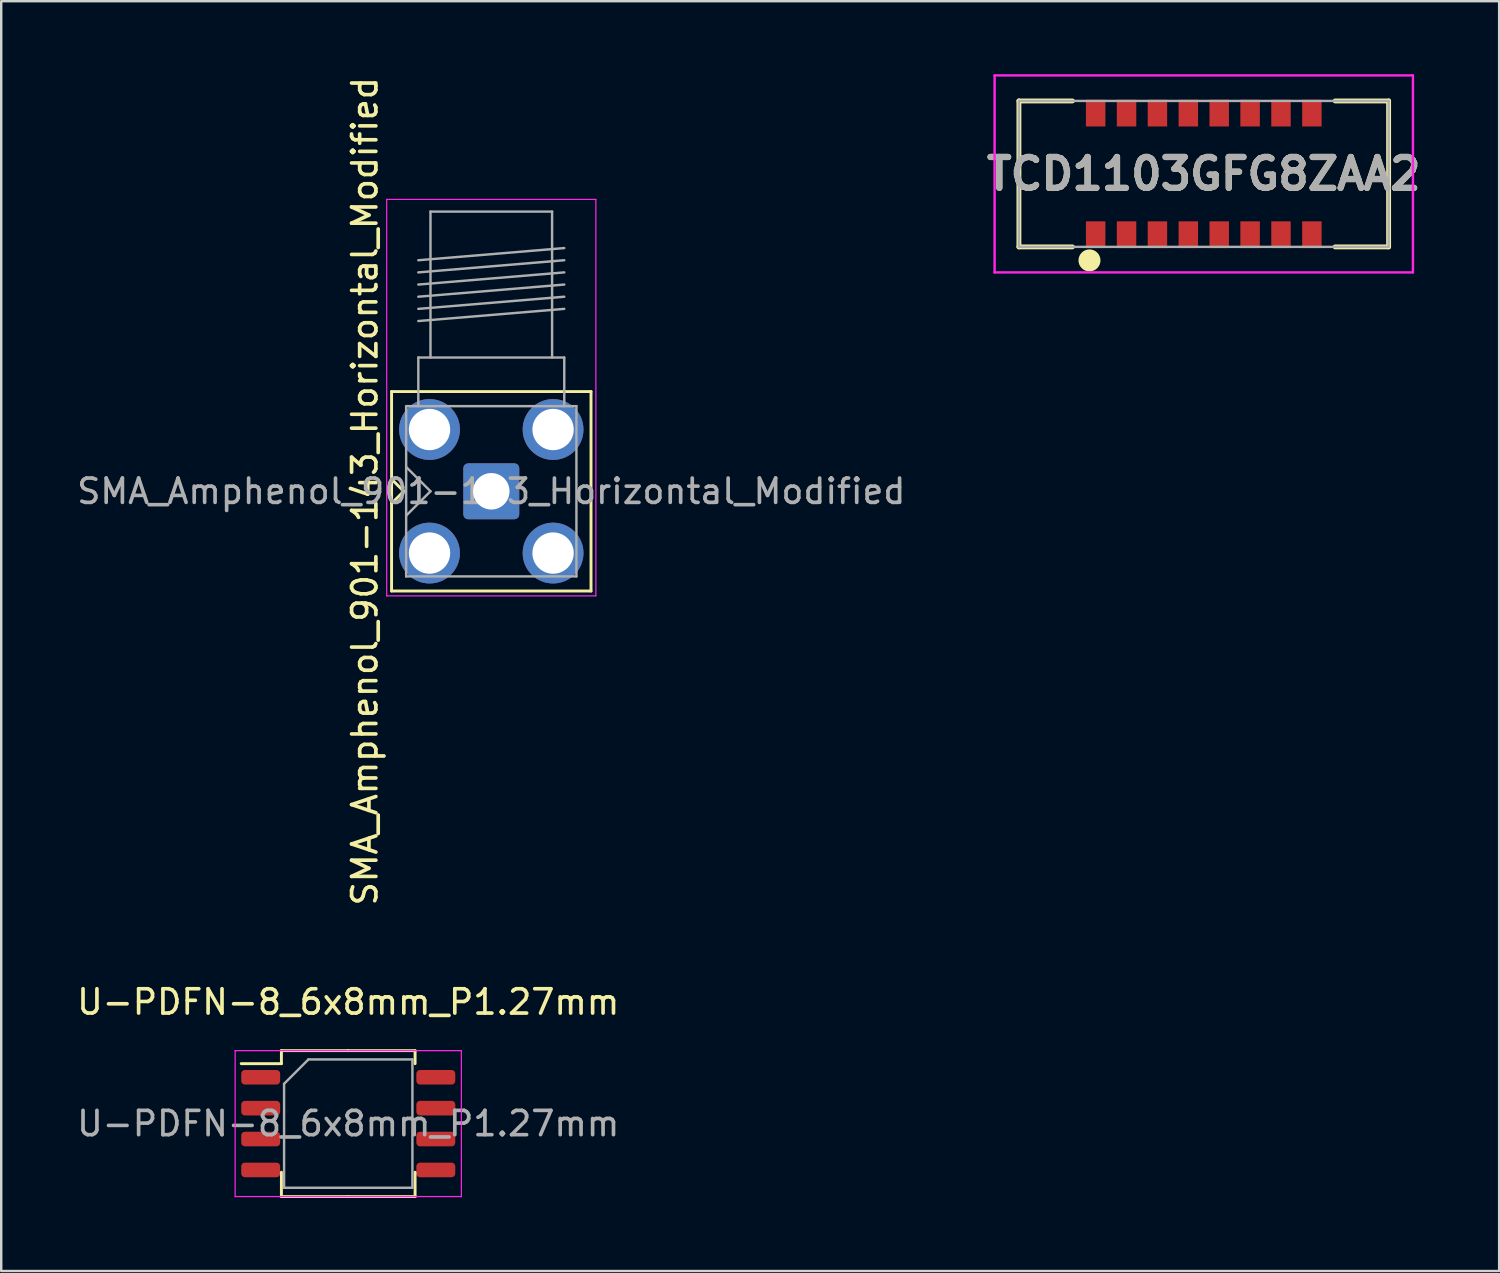
<source format=kicad_pcb>
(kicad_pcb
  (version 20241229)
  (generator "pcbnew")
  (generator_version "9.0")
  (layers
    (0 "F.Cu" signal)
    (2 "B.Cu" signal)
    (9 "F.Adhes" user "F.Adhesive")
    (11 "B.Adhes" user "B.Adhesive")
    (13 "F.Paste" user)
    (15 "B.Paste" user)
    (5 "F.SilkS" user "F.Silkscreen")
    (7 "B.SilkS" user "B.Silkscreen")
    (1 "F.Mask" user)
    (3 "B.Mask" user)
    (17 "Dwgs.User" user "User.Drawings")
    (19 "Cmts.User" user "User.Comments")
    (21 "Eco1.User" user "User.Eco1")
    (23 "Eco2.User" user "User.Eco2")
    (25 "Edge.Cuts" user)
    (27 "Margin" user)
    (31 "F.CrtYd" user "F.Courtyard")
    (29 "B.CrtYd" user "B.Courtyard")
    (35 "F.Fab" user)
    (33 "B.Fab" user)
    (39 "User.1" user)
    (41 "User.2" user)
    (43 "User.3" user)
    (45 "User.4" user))
  (footprint "U-PDFN-8_6x8mm_P1.27mm"
    (layer "F.Cu")
    (at 11.268 43.146)
    (property "Reference" "U-PDFN-8_6x8mm_P1.27mm" (at 0 -5 0) (layer "F.SilkS") (effects (font (size 1 1) (thickness 0.15))))
    (attr smd)
    (fp_line (start -2.748 -3) (end -2.748 -2.465) (stroke (width 0.12) (type solid)) (layer "F.SilkS"))
    (fp_line (start -2.748 -2.465) (end -4.4 -2.465) (stroke (width 0.12) (type solid)) (layer "F.SilkS"))
    (fp_line (start -2.748 3) (end -2.748 2) (stroke (width 0.12) (type solid)) (layer "F.SilkS"))
    (fp_line (start 0 -3) (end -2.748 -3) (stroke (width 0.12) (type solid)) (layer "F.SilkS"))
    (fp_line (start 0 -3) (end 2.748 -3) (stroke (width 0.12) (type solid)) (layer "F.SilkS"))
    (fp_line (start 0 3) (end -2.748 3) (stroke (width 0.12) (type solid)) (layer "F.SilkS"))
    (fp_line (start 0 3) (end 2.748 3) (stroke (width 0.12) (type solid)) (layer "F.SilkS"))
    (fp_line (start 2.748 -3) (end 2.748 -2.465) (stroke (width 0.12) (type solid)) (layer "F.SilkS"))
    (fp_line (start 2.748 3) (end 2.748 2) (stroke (width 0.12) (type solid)) (layer "F.SilkS"))
    (fp_line (start -4.65 -3) (end -4.65 3) (stroke (width 0.05) (type solid)) (layer "F.CrtYd"))
    (fp_line (start -4.65 3) (end 4.65 3) (stroke (width 0.05) (type solid)) (layer "F.CrtYd"))
    (fp_line (start 4.65 -3) (end -4.65 -3) (stroke (width 0.05) (type solid)) (layer "F.CrtYd"))
    (fp_line (start 4.65 3) (end 4.65 -3) (stroke (width 0.05) (type solid)) (layer "F.CrtYd"))
    (fp_line (start -2.638 -1.637) (end -1.637 -2.638) (stroke (width 0.1) (type solid)) (layer "F.Fab"))
    (fp_line (start -2.638 2.638) (end -2.638 -1.637) (stroke (width 0.1) (type solid)) (layer "F.Fab"))
    (fp_line (start -1.637 -2.638) (end 2.638 -2.638) (stroke (width 0.1) (type solid)) (layer "F.Fab"))
    (fp_line (start 2.638 -2.638) (end 2.638 2.638) (stroke (width 0.1) (type solid)) (layer "F.Fab"))
    (fp_line (start 2.638 2.638) (end -2.638 2.638) (stroke (width 0.1) (type solid)) (layer "F.Fab"))
    (fp_text user "${REFERENCE}" (at 0 0 0) (layer "F.Fab") (effects (font (size 1 1) (thickness 0.15))))
    (pad "1" smd roundrect (at -3.6 -1.905) (size 1.6 0.6) (layers "F.Cu" "F.Mask" "F.Paste") (roundrect_rratio 0.25))
    (pad "2" smd roundrect (at -3.6 -0.635) (size 1.6 0.6) (layers "F.Cu" "F.Mask" "F.Paste") (roundrect_rratio 0.25))
    (pad "3" smd roundrect (at -3.6 0.635) (size 1.6 0.6) (layers "F.Cu" "F.Mask" "F.Paste") (roundrect_rratio 0.25))
    (pad "4" smd roundrect (at -3.6 1.905) (size 1.6 0.6) (layers "F.Cu" "F.Mask" "F.Paste") (roundrect_rratio 0.25))
    (pad "5" smd roundrect (at 3.6 1.905) (size 1.6 0.6) (layers "F.Cu" "F.Mask" "F.Paste") (roundrect_rratio 0.25))
    (pad "6" smd roundrect (at 3.6 0.635) (size 1.6 0.6) (layers "F.Cu" "F.Mask" "F.Paste") (roundrect_rratio 0.25))
    (pad "7" smd roundrect (at 3.6 -0.635) (size 1.6 0.6) (layers "F.Cu" "F.Mask" "F.Paste") (roundrect_rratio 0.25))
    (pad "8" smd roundrect (at 3.6 -1.905) (size 1.6 0.6) (layers "F.Cu" "F.Mask" "F.Paste") (roundrect_rratio 0.25)))
  (footprint "TCD1103GFG8ZAA2"
    (layer "F.Cu")
    (at 46.442 4.1)
    (property "Reference" "TCD1103GFG8ZAA2" (at 0 0 0) (layer "F.SilkS") (effects (font (size 1.27 1.27) (thickness 0.254))))
    (attr smd)
    (fp_line (start -7.6 -3) (end -7.6 3) (stroke (width 0.2) (type solid)) (layer "F.SilkS"))
    (fp_line (start -7.6 3) (end -5.4 3) (stroke (width 0.2) (type solid)) (layer "F.SilkS"))
    (fp_line (start -5.4 -3) (end -7.6 -3) (stroke (width 0.2) (type solid)) (layer "F.SilkS"))
    (fp_line (start -4.445 3.4) (end -4.445 3.4) (stroke (width 0.1) (type solid)) (layer "F.SilkS"))
    (fp_line (start -4.445 3.5) (end -4.445 3.5) (stroke (width 0.1) (type solid)) (layer "F.SilkS"))
    (fp_line (start 5.4 -3) (end 7.6 -3) (stroke (width 0.2) (type solid)) (layer "F.SilkS"))
    (fp_line (start 7.6 -3) (end 7.6 3) (stroke (width 0.2) (type solid)) (layer "F.SilkS"))
    (fp_line (start 7.6 3) (end 5.4 3) (stroke (width 0.2) (type solid)) (layer "F.SilkS"))
    (fp_arc (start -4.445 3.4) (mid -4.395 3.45) (end -4.445 3.5) (stroke (width 0.1) (type solid)) (layer "F.SilkS"))
    (fp_arc (start -4.445 3.5) (mid -4.495 3.45) (end -4.445 3.4) (stroke (width 0.1) (type solid)) (layer "F.SilkS"))
    (fp_circle (center -4.699 3.556) (end -4.297 3.556) (stroke (width 0.1) (type solid)) (fill yes) (layer "F.SilkS"))
    (fp_line (start -8.6 -4.05) (end 8.6 -4.05) (stroke (width 0.1) (type solid)) (layer "F.CrtYd"))
    (fp_line (start -8.6 4.05) (end -8.6 -4.05) (stroke (width 0.1) (type solid)) (layer "F.CrtYd"))
    (fp_line (start 8.6 -4.05) (end 8.6 4.05) (stroke (width 0.1) (type solid)) (layer "F.CrtYd"))
    (fp_line (start 8.6 4.05) (end -8.6 4.05) (stroke (width 0.1) (type solid)) (layer "F.CrtYd"))
    (fp_line (start -7.6 -3) (end 7.6 -3) (stroke (width 0.1) (type solid)) (layer "F.Fab"))
    (fp_line (start -7.6 3) (end -7.6 -3) (stroke (width 0.1) (type solid)) (layer "F.Fab"))
    (fp_line (start 7.6 -3) (end 7.6 3) (stroke (width 0.1) (type solid)) (layer "F.Fab"))
    (fp_line (start 7.6 3) (end -7.6 3) (stroke (width 0.1) (type solid)) (layer "F.Fab"))
    (fp_text user "${REFERENCE}" (at 0 0 0) (layer "F.Fab") (effects (font (size 1.27 1.27) (thickness 0.254))))
    (pad "1" smd rect (at -4.445 2.5) (size 0.8 1.1) (layers "F.Cu" "F.Mask" "F.Paste"))
    (pad "2" smd rect (at -3.175 2.5) (size 0.8 1.1) (layers "F.Cu" "F.Mask" "F.Paste"))
    (pad "3" smd rect (at -1.905 2.5) (size 0.8 1.1) (layers "F.Cu" "F.Mask" "F.Paste"))
    (pad "4" smd rect (at -0.635 2.5) (size 0.8 1.1) (layers "F.Cu" "F.Mask" "F.Paste"))
    (pad "5" smd rect (at 0.635 2.5) (size 0.8 1.1) (layers "F.Cu" "F.Mask" "F.Paste"))
    (pad "6" smd rect (at 1.905 2.5) (size 0.8 1.1) (layers "F.Cu" "F.Mask" "F.Paste"))
    (pad "7" smd rect (at 3.175 2.5) (size 0.8 1.1) (layers "F.Cu" "F.Mask" "F.Paste"))
    (pad "8" smd rect (at 4.445 2.5) (size 0.8 1.1) (layers "F.Cu" "F.Mask" "F.Paste"))
    (pad "9" smd rect (at 4.445 -2.5) (size 0.8 1.1) (layers "F.Cu" "F.Mask" "F.Paste"))
    (pad "10" smd rect (at 3.175 -2.5) (size 0.8 1.1) (layers "F.Cu" "F.Mask" "F.Paste"))
    (pad "11" smd rect (at 1.905 -2.5) (size 0.8 1.1) (layers "F.Cu" "F.Mask" "F.Paste"))
    (pad "12" smd rect (at 0.635 -2.5) (size 0.8 1.1) (layers "F.Cu" "F.Mask" "F.Paste"))
    (pad "13" smd rect (at -0.635 -2.5) (size 0.8 1.1) (layers "F.Cu" "F.Mask" "F.Paste"))
    (pad "14" smd rect (at -1.905 -2.5) (size 0.8 1.1) (layers "F.Cu" "F.Mask" "F.Paste"))
    (pad "15" smd rect (at -3.175 -2.5) (size 0.8 1.1) (layers "F.Cu" "F.Mask" "F.Paste"))
    (pad "16" smd rect (at -4.445 -2.5) (size 0.8 1.1) (layers "F.Cu" "F.Mask" "F.Paste")))
  (footprint "SMA_Amphenol_901-143_Horizontal_Modified"
    (layer "F.Cu")
    (at 17.149 17.149)
    (property "Reference" "SMA_Amphenol_901-143_Horizontal_Modified" (at -5.2 0 90) (layer "F.SilkS") (effects (font (size 1 1) (thickness 0.15))))
    (attr through_hole)
    (fp_line (start -4.1 -4.1) (end -4.1 4.1) (stroke (width 0.12) (type solid)) (layer "F.SilkS"))
    (fp_line (start -4.1 -4.1) (end 4.1 -4.1) (stroke (width 0.12) (type solid)) (layer "F.SilkS"))
    (fp_line (start -4.1 0.5) (end -3.6 0) (stroke (width 0.12) (type solid)) (layer "F.SilkS"))
    (fp_line (start -4.1 4.1) (end 4.1 4.1) (stroke (width 0.12) (type solid)) (layer "F.SilkS"))
    (fp_line (start -3.6 0) (end -4.1 -0.5) (stroke (width 0.12) (type solid)) (layer "F.SilkS"))
    (fp_line (start 4.1 -4.1) (end 4.1 4.1) (stroke (width 0.12) (type solid)) (layer "F.SilkS"))
    (fp_line (start -4.3 -12) (end -4.3 4.3) (stroke (width 0.05) (type solid)) (layer "F.CrtYd"))
    (fp_line (start -4.3 -12) (end 4.3 -12) (stroke (width 0.05) (type solid)) (layer "F.CrtYd"))
    (fp_line (start 4.3 4.3) (end -4.3 4.3) (stroke (width 0.05) (type solid)) (layer "F.CrtYd"))
    (fp_line (start 4.3 4.3) (end 4.3 -12) (stroke (width 0.05) (type solid)) (layer "F.CrtYd"))
    (fp_line (start -3.5 -3.5) (end -3.5 3.5) (stroke (width 0.1) (type solid)) (layer "F.Fab"))
    (fp_line (start -3.5 -3.5) (end 3.5 -3.5) (stroke (width 0.1) (type solid)) (layer "F.Fab"))
    (fp_line (start -3.5 -1) (end -2.5 0) (stroke (width 0.1) (type solid)) (layer "F.Fab"))
    (fp_line (start -3.5 3.5) (end 3.5 3.5) (stroke (width 0.1) (type solid)) (layer "F.Fab"))
    (fp_line (start -3 -9.5) (end 3 -10) (stroke (width 0.1) (type solid)) (layer "F.Fab"))
    (fp_line (start -3 -9) (end 3 -9.5) (stroke (width 0.1) (type solid)) (layer "F.Fab"))
    (fp_line (start -3 -8.5) (end 3 -9) (stroke (width 0.1) (type solid)) (layer "F.Fab"))
    (fp_line (start -3 -8) (end 3 -8.5) (stroke (width 0.1) (type solid)) (layer "F.Fab"))
    (fp_line (start -3 -7.5) (end 3 -8) (stroke (width 0.1) (type solid)) (layer "F.Fab"))
    (fp_line (start -3 -7) (end 3 -7.5) (stroke (width 0.1) (type solid)) (layer "F.Fab"))
    (fp_line (start -3 -5.5) (end -3 -3.5) (stroke (width 0.1) (type solid)) (layer "F.Fab"))
    (fp_line (start -2.5 -11.5) (end -2.5 -5.5) (stroke (width 0.1) (type solid)) (layer "F.Fab"))
    (fp_line (start -2.5 -11.5) (end 2.5 -11.5) (stroke (width 0.1) (type solid)) (layer "F.Fab"))
    (fp_line (start -2.5 0) (end -3.5 1) (stroke (width 0.1) (type solid)) (layer "F.Fab"))
    (fp_line (start 2.5 -11.5) (end 2.5 -5.5) (stroke (width 0.1) (type solid)) (layer "F.Fab"))
    (fp_line (start 3 -5.5) (end -3 -5.5) (stroke (width 0.1) (type solid)) (layer "F.Fab"))
    (fp_line (start 3 -5.5) (end 3 -3.5) (stroke (width 0.1) (type solid)) (layer "F.Fab"))
    (fp_line (start 3.5 -3.5) (end 3.5 3.5) (stroke (width 0.1) (type solid)) (layer "F.Fab"))
    (fp_text user "${REFERENCE}" (at 0 0 0) (layer "F.Fab") (effects (font (size 1 1) (thickness 0.15))))
    (pad "1" thru_hole roundrect (at 0 0) (size 2.3 2.3) (drill 1.5) (layers "*.Cu" "*.Mask") (remove_unused_layers yes) (keep_end_layers yes) (zone_layer_connections) (roundrect_rratio 0.087))
    (pad "2" thru_hole circle (at -2.54 -2.54) (size 2.5 2.5) (drill 1.7) (layers "*.Cu" "*.Mask") (remove_unused_layers yes) (keep_end_layers yes) (zone_layer_connections))
    (pad "2" thru_hole circle (at -2.54 2.54) (size 2.5 2.5) (drill 1.7) (layers "*.Cu" "*.Mask") (remove_unused_layers yes) (keep_end_layers yes) (zone_layer_connections))
    (pad "2" thru_hole circle (at 2.54 -2.54) (size 2.5 2.5) (drill 1.7) (layers "*.Cu" "*.Mask") (remove_unused_layers yes) (keep_end_layers yes) (zone_layer_connections))
    (pad "2" thru_hole circle (at 2.54 2.54) (size 2.5 2.5) (drill 1.7) (layers "*.Cu" "*.Mask") (remove_unused_layers yes) (keep_end_layers yes) (zone_layer_connections)))
  (gr_rect
    (start -3 -3)
    (end 58.586 49.206)
    (stroke (width 0.1) (type default))
    (fill no)
    (layer "Edge.Cuts")))
</source>
